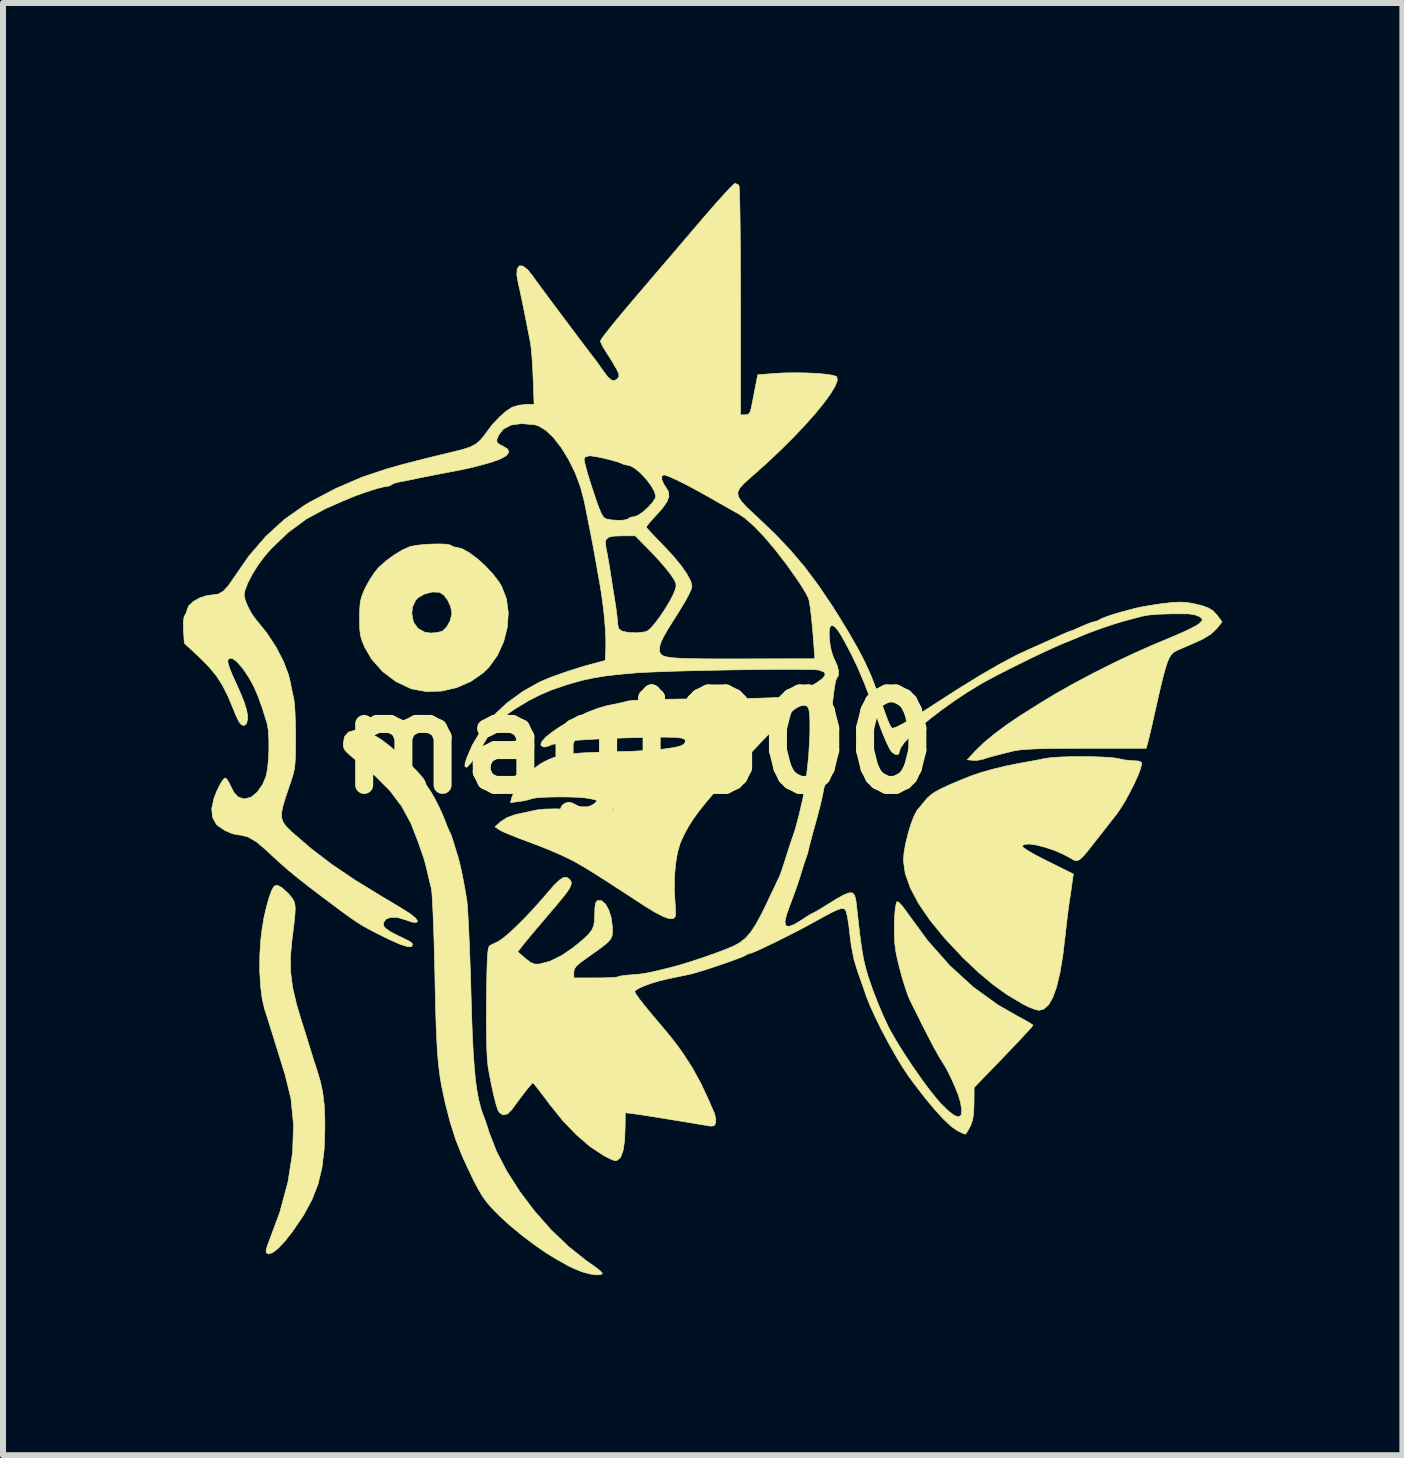
<source format=kicad_pcb>
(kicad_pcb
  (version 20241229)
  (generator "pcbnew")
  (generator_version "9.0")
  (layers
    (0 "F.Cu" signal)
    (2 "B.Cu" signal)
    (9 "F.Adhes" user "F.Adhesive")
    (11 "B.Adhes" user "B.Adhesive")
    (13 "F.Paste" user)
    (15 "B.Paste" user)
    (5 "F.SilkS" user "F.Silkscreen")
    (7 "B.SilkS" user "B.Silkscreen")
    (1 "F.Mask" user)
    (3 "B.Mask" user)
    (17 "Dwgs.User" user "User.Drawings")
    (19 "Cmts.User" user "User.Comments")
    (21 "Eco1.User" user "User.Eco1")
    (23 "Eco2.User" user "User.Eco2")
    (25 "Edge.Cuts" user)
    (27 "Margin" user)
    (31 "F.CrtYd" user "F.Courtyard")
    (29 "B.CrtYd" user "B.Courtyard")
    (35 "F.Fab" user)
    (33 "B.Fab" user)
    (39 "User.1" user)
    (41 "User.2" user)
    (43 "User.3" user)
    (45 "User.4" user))
  (footprint "magi800"
    (layer "F.Cu")
    (at 7.59 9.339)
    (property "Reference" "magi800" (at 0 0 0) (layer "F.SilkS") (effects (font (size 1.524 1.524) (thickness 0.3))))
    (attr through_hole)
    (fp_poly (pts (xy -5.938 2.405) (xy -5.838 2.498) (xy -5.812 2.527) (xy -5.773 2.574) (xy -5.745 2.619) (xy -5.728 2.671) (xy -5.721 2.741) (xy -5.725 2.838) (xy -5.738 2.973) (xy -5.76 3.154) (xy -5.777 3.286) (xy -5.801 3.556) (xy -5.797 3.812) (xy -5.763 4.072) (xy -5.697 4.354) (xy -5.627 4.588) (xy -5.585 4.719) (xy -5.536 4.876) (xy -5.493 5.016) (xy -5.448 5.163) (xy -5.4 5.315) (xy -5.361 5.435) (xy -5.302 5.63) (xy -5.262 5.82) (xy -5.238 6.023) (xy -5.228 6.259) (xy -5.227 6.413) (xy -5.239 6.764) (xy -5.276 7.07) (xy -5.342 7.344) (xy -5.443 7.602) (xy -5.582 7.859) (xy -5.765 8.128) (xy -5.77 8.135) (xy -5.897 8.297) (xy -6.008 8.414) (xy -6.1 8.484) (xy -6.169 8.504) (xy -6.205 8.481) (xy -6.205 8.436) (xy -6.183 8.359) (xy -6.171 8.33) (xy -5.976 7.805) (xy -5.841 7.301) (xy -5.765 6.818) (xy -5.749 6.355) (xy -5.792 5.914) (xy -5.896 5.494) (xy -5.907 5.461) (xy -5.926 5.401) (xy -5.959 5.294) (xy -6.002 5.157) (xy -6.049 5.003) (xy -6.05 5.001) (xy -6.102 4.832) (xy -6.154 4.666) (xy -6.2 4.521) (xy -6.23 4.429) (xy -6.271 4.255) (xy -6.299 4.036) (xy -6.313 3.786) (xy -6.311 3.521) (xy -6.294 3.259) (xy -6.274 3.095) (xy -6.241 2.899) (xy -6.199 2.717) (xy -6.155 2.56) (xy -6.11 2.441) (xy -6.069 2.373) (xy -6.068 2.373) (xy -6.016 2.362) (xy -5.938 2.405)) (stroke (width 0.01) (type solid)) (fill yes) (layer "F.SilkS"))
    (fp_poly (pts (xy -3.206 -3.321) (xy -3.142 -3.31) (xy -3.133 -3.304) (xy -3.075 -3.276) (xy -3.033 -3.27) (xy -2.94 -3.246) (xy -2.821 -3.179) (xy -2.688 -3.081) (xy -2.554 -2.96) (xy -2.429 -2.827) (xy -2.326 -2.692) (xy -2.282 -2.619) (xy -2.201 -2.41) (xy -2.171 -2.177) (xy -2.188 -1.934) (xy -2.249 -1.693) (xy -2.353 -1.467) (xy -2.496 -1.269) (xy -2.583 -1.183) (xy -2.793 -1.036) (xy -3.031 -0.932) (xy -3.284 -0.874) (xy -3.536 -0.866) (xy -3.774 -0.909) (xy -3.796 -0.916) (xy -4.045 -1.034) (xy -4.267 -1.202) (xy -4.45 -1.41) (xy -4.562 -1.603) (xy -4.605 -1.705) (xy -4.632 -1.794) (xy -4.645 -1.895) (xy -4.649 -2.029) (xy -4.649 -2.095) (xy -4.648 -2.168) (xy -3.778 -2.168) (xy -3.752 -2.025) (xy -3.677 -1.918) (xy -3.562 -1.855) (xy -3.461 -1.841) (xy -3.362 -1.849) (xy -3.281 -1.869) (xy -3.268 -1.874) (xy -3.198 -1.94) (xy -3.142 -2.041) (xy -3.113 -2.151) (xy -3.111 -2.175) (xy -3.131 -2.281) (xy -3.18 -2.389) (xy -3.246 -2.476) (xy -3.318 -2.521) (xy -3.318 -2.521) (xy -3.437 -2.525) (xy -3.565 -2.492) (xy -3.675 -2.43) (xy -3.713 -2.392) (xy -3.768 -2.272) (xy -3.778 -2.168) (xy -4.648 -2.168) (xy -4.646 -2.246) (xy -4.637 -2.355) (xy -4.615 -2.446) (xy -4.578 -2.54) (xy -4.548 -2.605) (xy -4.478 -2.731) (xy -4.397 -2.853) (xy -4.33 -2.934) (xy -4.214 -3.039) (xy -4.076 -3.14) (xy -3.938 -3.224) (xy -3.818 -3.278) (xy -3.794 -3.285) (xy -3.697 -3.303) (xy -3.572 -3.317) (xy -3.438 -3.324) (xy -3.31 -3.326) (xy -3.206 -3.321)) (stroke (width 0.01) (type solid)) (fill yes) (layer "F.SilkS"))
    (fp_poly (pts (xy 7.56 0.219) (xy 7.733 0.225) (xy 7.877 0.234) (xy 7.978 0.247) (xy 8.001 0.252) (xy 8.108 0.274) (xy 8.229 0.285) (xy 8.247 0.286) (xy 8.336 0.292) (xy 8.376 0.313) (xy 8.382 0.338) (xy 8.366 0.412) (xy 8.323 0.527) (xy 8.26 0.666) (xy 8.184 0.817) (xy 8.103 0.965) (xy 8.022 1.096) (xy 7.961 1.182) (xy 7.859 1.311) (xy 7.742 1.461) (xy 7.63 1.604) (xy 7.61 1.629) (xy 7.5 1.77) (xy 7.42 1.866) (xy 7.361 1.924) (xy 7.315 1.95) (xy 7.273 1.949) (xy 7.227 1.927) (xy 7.201 1.911) (xy 7.065 1.839) (xy 6.917 1.776) (xy 6.766 1.726) (xy 6.627 1.691) (xy 6.509 1.674) (xy 6.426 1.68) (xy 6.39 1.707) (xy 6.412 1.734) (xy 6.485 1.784) (xy 6.6 1.85) (xy 6.751 1.929) (xy 6.811 1.959) (xy 7.244 2.174) (xy 7.228 2.285) (xy 7.216 2.373) (xy 7.198 2.498) (xy 7.178 2.632) (xy 7.177 2.635) (xy 7.157 2.782) (xy 7.135 2.959) (xy 7.116 3.134) (xy 7.111 3.175) (xy 7.069 3.53) (xy 7.02 3.823) (xy 6.964 4.058) (xy 6.9 4.235) (xy 6.829 4.357) (xy 6.748 4.426) (xy 6.67 4.445) (xy 6.601 4.429) (xy 6.5 4.389) (xy 6.398 4.338) (xy 6.144 4.186) (xy 5.908 4.017) (xy 5.673 3.821) (xy 5.422 3.584) (xy 5.396 3.558) (xy 5.103 3.246) (xy 4.86 2.949) (xy 4.667 2.668) (xy 4.528 2.406) (xy 4.443 2.166) (xy 4.413 1.95) (xy 4.413 1.947) (xy 4.423 1.819) (xy 4.45 1.665) (xy 4.49 1.503) (xy 4.537 1.346) (xy 4.588 1.212) (xy 4.638 1.115) (xy 4.667 1.079) (xy 4.697 1.046) (xy 4.747 0.984) (xy 4.754 0.975) (xy 4.808 0.911) (xy 4.871 0.854) (xy 4.953 0.799) (xy 5.062 0.742) (xy 5.206 0.676) (xy 5.397 0.596) (xy 5.54 0.539) (xy 5.704 0.483) (xy 5.91 0.425) (xy 6.139 0.37) (xy 6.369 0.325) (xy 6.398 0.32) (xy 6.538 0.295) (xy 6.679 0.268) (xy 6.774 0.248) (xy 6.872 0.235) (xy 7.014 0.225) (xy 7.186 0.219) (xy 7.372 0.217) (xy 7.56 0.219)) (stroke (width 0.01) (type solid)) (fill yes) (layer "F.SilkS"))
    (fp_poly (pts (xy -4.594 -0.206) (xy -4.43 -0.146) (xy -4.353 -0.107) (xy -4.265 -0.049) (xy -4.154 0.036) (xy -4.031 0.14) (xy -3.905 0.254) (xy -3.785 0.368) (xy -3.681 0.474) (xy -3.603 0.562) (xy -3.561 0.624) (xy -3.556 0.641) (xy -3.537 0.693) (xy -3.513 0.728) (xy -3.462 0.802) (xy -3.397 0.915) (xy -3.328 1.05) (xy -3.265 1.187) (xy -3.225 1.286) (xy -3.188 1.382) (xy -3.157 1.454) (xy -3.145 1.476) (xy -3.123 1.524) (xy -3.095 1.608) (xy -3.082 1.651) (xy -3.05 1.757) (xy -3.021 1.85) (xy -3.013 1.873) (xy -2.988 1.964) (xy -2.956 2.102) (xy -2.922 2.269) (xy -2.889 2.448) (xy -2.861 2.619) (xy -2.853 2.7) (xy -2.844 2.836) (xy -2.834 3.019) (xy -2.824 3.241) (xy -2.814 3.493) (xy -2.804 3.767) (xy -2.795 4.054) (xy -2.793 4.128) (xy -2.782 4.527) (xy -2.769 4.869) (xy -2.754 5.161) (xy -2.736 5.408) (xy -2.716 5.617) (xy -2.691 5.794) (xy -2.662 5.945) (xy -2.627 6.078) (xy -2.587 6.197) (xy -2.57 6.239) (xy -2.547 6.304) (xy -2.514 6.404) (xy -2.491 6.477) (xy -2.367 6.797) (xy -2.193 7.131) (xy -1.978 7.467) (xy -1.731 7.794) (xy -1.459 8.102) (xy -1.171 8.378) (xy -0.877 8.613) (xy -0.799 8.667) (xy -0.704 8.734) (xy -0.635 8.79) (xy -0.604 8.825) (xy -0.603 8.828) (xy -0.631 8.85) (xy -0.703 8.853) (xy -0.804 8.839) (xy -0.917 8.809) (xy -0.953 8.797) (xy -1.058 8.755) (xy -1.15 8.713) (xy -1.175 8.7) (xy -1.256 8.654) (xy -1.354 8.6) (xy -1.372 8.589) (xy -1.544 8.485) (xy -1.74 8.348) (xy -1.946 8.192) (xy -2.142 8.03) (xy -2.311 7.876) (xy -2.33 7.857) (xy -2.444 7.741) (xy -2.531 7.64) (xy -2.605 7.537) (xy -2.676 7.416) (xy -2.758 7.259) (xy -2.785 7.204) (xy -2.931 6.89) (xy -3.047 6.599) (xy -3.141 6.303) (xy -3.218 6.001) (xy -3.252 5.849) (xy -3.281 5.708) (xy -3.305 5.572) (xy -3.324 5.431) (xy -3.34 5.277) (xy -3.354 5.104) (xy -3.364 4.904) (xy -3.374 4.668) (xy -3.382 4.388) (xy -3.39 4.057) (xy -3.394 3.842) (xy -3.401 3.554) (xy -3.408 3.283) (xy -3.417 3.035) (xy -3.425 2.819) (xy -3.434 2.641) (xy -3.442 2.508) (xy -3.45 2.429) (xy -3.453 2.413) (xy -3.478 2.316) (xy -3.507 2.193) (xy -3.522 2.127) (xy -3.548 2.018) (xy -3.573 1.926) (xy -3.586 1.889) (xy -3.609 1.824) (xy -3.643 1.725) (xy -3.668 1.651) (xy -3.793 1.328) (xy -3.949 1.043) (xy -4.144 0.784) (xy -4.388 0.539) (xy -4.585 0.373) (xy -4.72 0.267) (xy -4.813 0.191) (xy -4.872 0.135) (xy -4.904 0.093) (xy -4.917 0.054) (xy -4.921 0.009) (xy -4.921 -0.001) (xy -4.899 -0.117) (xy -4.833 -0.191) (xy -4.73 -0.221) (xy -4.594 -0.206)) (stroke (width 0.01) (type solid)) (fill yes) (layer "F.SilkS"))
    (fp_poly (pts (xy 1.659 -9.311) (xy 1.673 -9.295) (xy 1.678 -9.257) (xy 1.682 -9.161) (xy 1.686 -9.013) (xy 1.69 -8.818) (xy 1.693 -8.582) (xy 1.695 -8.312) (xy 1.697 -8.012) (xy 1.698 -7.688) (xy 1.699 -7.366) (xy 1.699 -5.477) (xy 1.777 -5.477) (xy 1.83 -5.487) (xy 1.861 -5.528) (xy 1.88 -5.604) (xy 1.9 -5.705) (xy 1.925 -5.836) (xy 1.945 -5.937) (xy 1.985 -6.144) (xy 2.27 -6.167) (xy 2.439 -6.176) (xy 2.62 -6.178) (xy 2.802 -6.175) (xy 2.973 -6.167) (xy 3.12 -6.154) (xy 3.232 -6.137) (xy 3.296 -6.117) (xy 3.303 -6.111) (xy 3.312 -6.052) (xy 3.276 -5.957) (xy 3.2 -5.83) (xy 3.088 -5.676) (xy 2.944 -5.499) (xy 2.771 -5.304) (xy 2.574 -5.097) (xy 2.357 -4.881) (xy 2.123 -4.661) (xy 1.877 -4.442) (xy 1.865 -4.432) (xy 1.756 -4.334) (xy 1.685 -4.255) (xy 1.653 -4.185) (xy 1.663 -4.113) (xy 1.715 -4.031) (xy 1.812 -3.928) (xy 1.954 -3.794) (xy 1.977 -3.774) (xy 2.271 -3.494) (xy 2.53 -3.221) (xy 2.769 -2.939) (xy 2.997 -2.634) (xy 3.229 -2.29) (xy 3.332 -2.127) (xy 3.512 -1.831) (xy 3.658 -1.574) (xy 3.775 -1.348) (xy 3.868 -1.143) (xy 3.919 -1.013) (xy 3.964 -0.892) (xy 4.003 -0.788) (xy 4.029 -0.721) (xy 4.032 -0.714) (xy 4.06 -0.641) (xy 4.094 -0.548) (xy 4.097 -0.54) (xy 4.15 -0.394) (xy 4.19 -0.303) (xy 4.219 -0.26) (xy 4.232 -0.254) (xy 4.29 -0.272) (xy 4.396 -0.326) (xy 4.545 -0.412) (xy 4.733 -0.528) (xy 4.921 -0.65) (xy 5.333 -0.915) (xy 5.699 -1.14) (xy 6.021 -1.326) (xy 6.301 -1.474) (xy 6.527 -1.579) (xy 6.636 -1.627) (xy 6.774 -1.689) (xy 6.915 -1.753) (xy 6.932 -1.76) (xy 7.045 -1.812) (xy 7.135 -1.851) (xy 7.187 -1.872) (xy 7.194 -1.873) (xy 7.23 -1.885) (xy 7.306 -1.917) (xy 7.385 -1.953) (xy 7.485 -1.995) (xy 7.565 -2.024) (xy 7.6 -2.032) (xy 7.654 -2.047) (xy 7.663 -2.054) (xy 7.71 -2.08) (xy 7.8 -2.116) (xy 7.916 -2.155) (xy 8.033 -2.189) (xy 8.141 -2.218) (xy 8.259 -2.249) (xy 8.271 -2.253) (xy 8.358 -2.272) (xy 8.487 -2.295) (xy 8.637 -2.319) (xy 8.716 -2.33) (xy 8.888 -2.35) (xy 9.019 -2.357) (xy 9.132 -2.35) (xy 9.224 -2.336) (xy 9.382 -2.3) (xy 9.493 -2.26) (xy 9.572 -2.211) (xy 9.637 -2.142) (xy 9.647 -2.128) (xy 9.722 -2.026) (xy 9.628 -1.91) (xy 9.534 -1.822) (xy 9.397 -1.739) (xy 9.284 -1.687) (xy 9.159 -1.633) (xy 9.048 -1.585) (xy 8.972 -1.551) (xy 8.959 -1.545) (xy 8.917 -1.521) (xy 8.881 -1.488) (xy 8.847 -1.437) (xy 8.814 -1.363) (xy 8.78 -1.259) (xy 8.741 -1.118) (xy 8.696 -0.934) (xy 8.642 -0.699) (xy 8.592 -0.476) (xy 8.558 -0.322) (xy 8.525 -0.182) (xy 8.499 -0.073) (xy 8.484 -0.016) (xy 8.457 0.079) (xy 7.443 0.079) (xy 7.119 0.08) (xy 6.852 0.083) (xy 6.639 0.088) (xy 6.474 0.096) (xy 6.352 0.106) (xy 6.267 0.119) (xy 6.255 0.122) (xy 6.059 0.17) (xy 5.914 0.208) (xy 5.808 0.238) (xy 5.742 0.26) (xy 5.644 0.28) (xy 5.568 0.28) (xy 5.477 0.27) (xy 5.617 0.118) (xy 5.75 -0.011) (xy 5.926 -0.157) (xy 6.13 -0.309) (xy 6.348 -0.457) (xy 6.407 -0.494) (xy 6.517 -0.563) (xy 6.615 -0.625) (xy 6.68 -0.666) (xy 6.681 -0.667) (xy 6.94 -0.824) (xy 7.243 -0.995) (xy 7.575 -1.171) (xy 7.92 -1.345) (xy 8.263 -1.507) (xy 8.588 -1.651) (xy 8.752 -1.719) (xy 8.924 -1.791) (xy 9.081 -1.86) (xy 9.21 -1.922) (xy 9.301 -1.97) (xy 9.334 -1.992) (xy 9.386 -2.043) (xy 9.393 -2.073) (xy 9.359 -2.106) (xy 9.352 -2.111) (xy 9.283 -2.141) (xy 9.183 -2.159) (xy 9.146 -2.161) (xy 8.886 -2.162) (xy 8.668 -2.155) (xy 8.498 -2.141) (xy 8.398 -2.123) (xy 8.214 -2.075) (xy 8.075 -2.037) (xy 7.964 -2.004) (xy 7.89 -1.981) (xy 7.696 -1.915) (xy 7.524 -1.852) (xy 7.393 -1.8) (xy 7.382 -1.795) (xy 7.305 -1.762) (xy 7.192 -1.716) (xy 7.069 -1.666) (xy 7.064 -1.664) (xy 6.935 -1.608) (xy 6.765 -1.53) (xy 6.567 -1.436) (xy 6.357 -1.333) (xy 6.148 -1.229) (xy 5.956 -1.13) (xy 5.794 -1.044) (xy 5.699 -0.991) (xy 5.473 -0.853) (xy 5.251 -0.705) (xy 5.039 -0.553) (xy 4.844 -0.403) (xy 4.672 -0.26) (xy 4.531 -0.128) (xy 4.426 -0.015) (xy 4.364 0.076) (xy 4.35 0.124) (xy 4.331 0.179) (xy 4.283 0.185) (xy 4.22 0.141) (xy 4.213 0.134) (xy 4.177 0.076) (xy 4.127 -0.027) (xy 4.071 -0.16) (xy 4.015 -0.307) (xy 3.968 -0.445) (xy 3.873 -0.718) (xy 3.764 -1) (xy 3.651 -1.267) (xy 3.551 -1.476) (xy 3.453 -1.664) (xy 3.377 -1.8) (xy 3.317 -1.892) (xy 3.269 -1.945) (xy 3.229 -1.967) (xy 3.216 -1.968) (xy 3.189 -1.94) (xy 3.176 -1.867) (xy 3.178 -1.763) (xy 3.191 -1.645) (xy 3.215 -1.529) (xy 3.249 -1.431) (xy 3.267 -1.395) (xy 3.311 -1.298) (xy 3.332 -1.202) (xy 3.327 -1.127) (xy 3.307 -1.098) (xy 3.288 -1.057) (xy 3.268 -0.962) (xy 3.248 -0.824) (xy 3.229 -0.652) (xy 3.212 -0.455) (xy 3.199 -0.245) (xy 3.192 -0.111) (xy 3.184 0.069) (xy 3.17 0.232) (xy 3.15 0.393) (xy 3.121 0.572) (xy 3.081 0.784) (xy 3.049 0.937) (xy 3.029 1.024) (xy 2.996 1.151) (xy 2.957 1.296) (xy 2.938 1.365) (xy 2.899 1.504) (xy 2.866 1.627) (xy 2.843 1.718) (xy 2.837 1.746) (xy 2.814 1.836) (xy 2.796 1.889) (xy 2.775 1.949) (xy 2.742 2.05) (xy 2.705 2.172) (xy 2.699 2.191) (xy 2.651 2.34) (xy 2.59 2.513) (xy 2.529 2.675) (xy 2.522 2.693) (xy 2.463 2.858) (xy 2.439 2.971) (xy 2.453 3.034) (xy 2.504 3.048) (xy 2.594 3.014) (xy 2.722 2.937) (xy 2.81 2.879) (xy 2.876 2.839) (xy 2.904 2.826) (xy 2.936 2.81) (xy 3.009 2.768) (xy 3.107 2.708) (xy 3.135 2.69) (xy 3.302 2.587) (xy 3.424 2.519) (xy 3.509 2.487) (xy 3.565 2.489) (xy 3.599 2.528) (xy 3.619 2.601) (xy 3.63 2.688) (xy 3.66 2.956) (xy 3.685 3.171) (xy 3.708 3.343) (xy 3.729 3.482) (xy 3.75 3.598) (xy 3.774 3.701) (xy 3.801 3.801) (xy 3.83 3.898) (xy 3.899 4.097) (xy 3.983 4.315) (xy 4.073 4.529) (xy 4.159 4.713) (xy 4.183 4.761) (xy 4.287 4.943) (xy 4.415 5.15) (xy 4.558 5.367) (xy 4.706 5.579) (xy 4.848 5.772) (xy 4.976 5.93) (xy 5.031 5.993) (xy 5.163 6.123) (xy 5.264 6.199) (xy 5.335 6.221) (xy 5.375 6.188) (xy 5.384 6.1) (xy 5.364 5.979) (xy 5.329 5.861) (xy 5.27 5.713) (xy 5.2 5.557) (xy 5.128 5.416) (xy 5.079 5.334) (xy 5.01 5.223) (xy 4.921 5.064) (xy 4.819 4.869) (xy 4.707 4.649) (xy 4.701 4.636) (xy 4.637 4.507) (xy 4.58 4.393) (xy 4.538 4.309) (xy 4.526 4.286) (xy 4.487 4.194) (xy 4.44 4.057) (xy 4.39 3.894) (xy 4.344 3.722) (xy 4.305 3.559) (xy 4.283 3.448) (xy 4.269 3.329) (xy 4.262 3.185) (xy 4.261 3.032) (xy 4.266 2.885) (xy 4.276 2.76) (xy 4.291 2.67) (xy 4.306 2.634) (xy 4.336 2.645) (xy 4.389 2.701) (xy 4.457 2.792) (xy 4.472 2.814) (xy 4.819 3.287) (xy 5.186 3.701) (xy 5.574 4.056) (xy 5.986 4.354) (xy 6.31 4.54) (xy 6.424 4.601) (xy 6.513 4.652) (xy 6.564 4.686) (xy 6.571 4.695) (xy 6.55 4.723) (xy 6.491 4.789) (xy 6.4 4.887) (xy 6.284 5.011) (xy 6.148 5.153) (xy 6.081 5.223) (xy 5.591 5.731) (xy 5.589 5.994) (xy 5.583 6.155) (xy 5.565 6.273) (xy 5.531 6.368) (xy 5.524 6.383) (xy 5.482 6.459) (xy 5.451 6.504) (xy 5.443 6.509) (xy 5.407 6.496) (xy 5.337 6.463) (xy 5.309 6.449) (xy 5.21 6.38) (xy 5.084 6.261) (xy 4.934 6.098) (xy 4.766 5.895) (xy 4.584 5.658) (xy 4.493 5.533) (xy 4.392 5.382) (xy 4.28 5.195) (xy 4.162 4.986) (xy 4.047 4.768) (xy 3.943 4.556) (xy 3.855 4.363) (xy 3.792 4.205) (xy 3.777 4.159) (xy 3.755 4.094) (xy 3.718 3.988) (xy 3.673 3.86) (xy 3.654 3.81) (xy 3.589 3.598) (xy 3.544 3.367) (xy 3.52 3.175) (xy 3.502 3.02) (xy 3.481 2.891) (xy 3.459 2.801) (xy 3.444 2.766) (xy 3.417 2.75) (xy 3.377 2.749) (xy 3.315 2.769) (xy 3.223 2.811) (xy 3.093 2.88) (xy 2.921 2.975) (xy 2.786 3.048) (xy 2.631 3.13) (xy 2.466 3.214) (xy 2.303 3.296) (xy 2.151 3.369) (xy 2.022 3.43) (xy 1.926 3.473) (xy 1.873 3.492) (xy 1.868 3.493) (xy 1.806 3.512) (xy 1.792 3.523) (xy 1.752 3.544) (xy 1.664 3.579) (xy 1.542 3.624) (xy 1.399 3.674) (xy 1.248 3.725) (xy 1.101 3.773) (xy 0.973 3.812) (xy 0.876 3.839) (xy 0.857 3.843) (xy 0.771 3.862) (xy 0.648 3.887) (xy 0.513 3.915) (xy 0.499 3.918) (xy 0.347 3.954) (xy 0.202 3.998) (xy 0.078 4.044) (xy -0.014 4.088) (xy -0.06 4.124) (xy -0.064 4.134) (xy -0.043 4.176) (xy 0.015 4.259) (xy 0.106 4.374) (xy 0.224 4.517) (xy 0.243 4.54) (xy 0.385 4.708) (xy 0.496 4.84) (xy 0.583 4.949) (xy 0.657 5.046) (xy 0.726 5.143) (xy 0.759 5.191) (xy 0.904 5.417) (xy 1.04 5.667) (xy 1.175 5.956) (xy 1.267 6.171) (xy 1.287 6.257) (xy 1.284 6.325) (xy 1.257 6.368) (xy 1.203 6.375) (xy 1.164 6.369) (xy 1.076 6.354) (xy 0.957 6.334) (xy 0.873 6.32) (xy 0.752 6.3) (xy 0.597 6.275) (xy 0.434 6.248) (xy 0.381 6.24) (xy 0.229 6.215) (xy 0.081 6.192) (xy -0.037 6.175) (xy -0.071 6.17) (xy -0.222 6.151) (xy -0.224 6.385) (xy -0.233 6.614) (xy -0.258 6.782) (xy -0.299 6.892) (xy -0.357 6.945) (xy -0.397 6.95) (xy -0.441 6.934) (xy -0.519 6.897) (xy -0.583 6.863) (xy -0.804 6.718) (xy -1.033 6.521) (xy -1.263 6.282) (xy -1.479 6.014) (xy -1.576 5.884) (xy -1.659 5.775) (xy -1.722 5.696) (xy -1.757 5.655) (xy -1.762 5.652) (xy -1.786 5.675) (xy -1.839 5.737) (xy -1.909 5.826) (xy -1.987 5.929) (xy -2.064 6.032) (xy -2.111 6.099) (xy -2.185 6.172) (xy -2.258 6.188) (xy -2.32 6.148) (xy -2.345 6.104) (xy -2.377 6.003) (xy -2.415 5.855) (xy -2.454 5.675) (xy -2.491 5.48) (xy -2.508 5.382) (xy -2.52 5.267) (xy -2.529 5.094) (xy -2.534 4.868) (xy -2.536 4.595) (xy -2.534 4.279) (xy -2.534 4.274) (xy -2.531 4.008) (xy -2.527 3.799) (xy -2.522 3.64) (xy -2.516 3.525) (xy -2.508 3.446) (xy -2.498 3.397) (xy -2.485 3.372) (xy -2.477 3.365) (xy -2.414 3.334) (xy -2.34 3.299) (xy -2.266 3.25) (xy -2.16 3.162) (xy -2.031 3.041) (xy -1.889 2.899) (xy -1.741 2.742) (xy -1.598 2.581) (xy -1.529 2.5) (xy -1.411 2.364) (xy -1.32 2.276) (xy -1.251 2.232) (xy -1.197 2.229) (xy -1.149 2.263) (xy -1.142 2.271) (xy -1.123 2.303) (xy -1.122 2.342) (xy -1.141 2.394) (xy -1.186 2.466) (xy -1.262 2.564) (xy -1.371 2.697) (xy -1.508 2.857) (xy -1.629 3) (xy -1.743 3.134) (xy -1.838 3.248) (xy -1.907 3.332) (xy -1.931 3.362) (xy -2.014 3.469) (xy -1.888 3.579) (xy -1.802 3.646) (xy -1.734 3.674) (xy -1.657 3.675) (xy -1.65 3.674) (xy -1.474 3.626) (xy -1.28 3.531) (xy -1.082 3.395) (xy -1.058 3.375) (xy -0.924 3.264) (xy -0.833 3.178) (xy -0.776 3.104) (xy -0.746 3.029) (xy -0.734 2.94) (xy -0.731 2.849) (xy -0.727 2.724) (xy -0.713 2.651) (xy -0.687 2.617) (xy -0.682 2.615) (xy -0.615 2.619) (xy -0.551 2.676) (xy -0.496 2.775) (xy -0.456 2.905) (xy -0.436 3.056) (xy -0.436 3.076) (xy -0.435 3.149) (xy -0.442 3.206) (xy -0.465 3.256) (xy -0.51 3.309) (xy -0.585 3.372) (xy -0.697 3.455) (xy -0.849 3.562) (xy -0.963 3.644) (xy -1.032 3.704) (xy -1.068 3.754) (xy -1.079 3.803) (xy -1.079 3.814) (xy -1.079 3.905) (xy -0.72 3.905) (xy -0.575 3.904) (xy -0.454 3.899) (xy -0.371 3.893) (xy -0.34 3.885) (xy -0.3 3.873) (xy -0.216 3.861) (xy -0.12 3.853) (xy -0.022 3.846) (xy 0.07 3.835) (xy 0.17 3.817) (xy 0.295 3.79) (xy 0.458 3.75) (xy 0.556 3.726) (xy 0.707 3.684) (xy 0.891 3.627) (xy 1.09 3.561) (xy 1.283 3.493) (xy 1.453 3.429) (xy 1.575 3.378) (xy 1.685 3.319) (xy 1.781 3.243) (xy 1.87 3.142) (xy 1.959 3.005) (xy 2.056 2.825) (xy 2.131 2.672) (xy 2.201 2.522) (xy 2.264 2.391) (xy 2.312 2.289) (xy 2.341 2.23) (xy 2.345 2.223) (xy 2.364 2.172) (xy 2.397 2.078) (xy 2.437 1.955) (xy 2.458 1.889) (xy 2.5 1.756) (xy 2.538 1.641) (xy 2.565 1.561) (xy 2.573 1.54) (xy 2.601 1.457) (xy 2.619 1.397) (xy 2.642 1.31) (xy 2.67 1.209) (xy 2.67 1.206) (xy 2.739 0.91) (xy 2.794 0.574) (xy 2.833 0.22) (xy 2.853 -0.129) (xy 2.855 -0.228) (xy 2.854 -0.397) (xy 2.848 -0.513) (xy 2.833 -0.585) (xy 2.808 -0.622) (xy 2.769 -0.635) (xy 2.757 -0.635) (xy 2.707 -0.629) (xy 2.655 -0.609) (xy 2.592 -0.568) (xy 2.513 -0.502) (xy 2.409 -0.403) (xy 2.275 -0.267) (xy 2.158 -0.146) (xy 1.876 0.15) (xy 1.635 0.406) (xy 1.431 0.626) (xy 1.261 0.817) (xy 1.12 0.983) (xy 1.005 1.128) (xy 0.911 1.257) (xy 0.835 1.377) (xy 0.772 1.49) (xy 0.719 1.603) (xy 0.688 1.677) (xy 0.647 1.821) (xy 0.616 2.008) (xy 0.598 2.218) (xy 0.595 2.43) (xy 0.604 2.593) (xy 0.613 2.716) (xy 0.617 2.816) (xy 0.614 2.875) (xy 0.612 2.88) (xy 0.577 2.917) (xy 0.51 2.917) (xy 0.408 2.881) (xy 0.266 2.807) (xy 0.081 2.693) (xy 0.048 2.671) (xy -0.211 2.502) (xy -0.424 2.364) (xy -0.597 2.252) (xy -0.737 2.163) (xy -0.852 2.092) (xy -0.946 2.036) (xy -1.028 1.989) (xy -1.104 1.948) (xy -1.181 1.909) (xy -1.19 1.905) (xy -1.324 1.842) (xy -1.495 1.769) (xy -1.681 1.695) (xy -1.839 1.635) (xy -1.994 1.578) (xy -2.133 1.522) (xy -2.243 1.476) (xy -2.309 1.443) (xy -2.313 1.44) (xy -2.393 1.388) (xy -2.296 1.301) (xy -2.191 1.234) (xy -2.055 1.184) (xy -2.028 1.178) (xy -1.892 1.149) (xy -1.75 1.118) (xy -1.698 1.107) (xy -1.568 1.092) (xy -1.38 1.088) (xy -1.139 1.097) (xy -0.851 1.117) (xy -0.705 1.13) (xy -0.55 1.136) (xy -0.454 1.123) (xy -0.418 1.095) (xy -0.443 1.054) (xy -0.53 1.005) (xy -0.662 0.956) (xy -0.77 0.926) (xy -0.881 0.906) (xy -1.012 0.895) (xy -1.179 0.89) (xy -1.297 0.889) (xy -1.458 0.891) (xy -1.599 0.896) (xy -1.707 0.905) (xy -1.767 0.914) (xy -1.772 0.916) (xy -1.835 0.937) (xy -1.931 0.957) (xy -1.98 0.964) (xy -2.134 0.984) (xy -2.113 0.9) (xy -2.052 0.758) (xy -1.945 0.608) (xy -1.805 0.465) (xy -1.645 0.345) (xy -1.587 0.311) (xy -1.486 0.261) (xy -1.381 0.222) (xy -1.261 0.193) (xy -1.118 0.171) (xy -0.939 0.156) (xy -0.717 0.146) (xy -0.476 0.139) (xy -0.117 0.129) (xy 0.181 0.113) (xy 0.418 0.092) (xy 0.596 0.066) (xy 0.715 0.035) (xy 0.778 -0.003) (xy 0.785 -0.046) (xy 0.765 -0.073) (xy 0.717 -0.091) (xy 0.614 -0.103) (xy 0.453 -0.107) (xy 0.34 -0.107) (xy 0.087 -0.102) (xy -0.167 -0.096) (xy -0.412 -0.088) (xy -0.642 -0.078) (xy -0.847 -0.067) (xy -1.018 -0.056) (xy -1.147 -0.045) (xy -1.226 -0.034) (xy -1.244 -0.029) (xy -1.322 -0.004) (xy -1.364 0) (xy -1.446 0.017) (xy -1.488 0.037) (xy -1.559 0.058) (xy -1.6 0.053) (xy -1.63 0.019) (xy -1.61 -0.035) (xy -1.547 -0.105) (xy -1.448 -0.185) (xy -1.322 -0.272) (xy -1.175 -0.36) (xy -1.016 -0.444) (xy -0.853 -0.52) (xy -0.692 -0.582) (xy -0.542 -0.627) (xy -0.481 -0.64) (xy -0.355 -0.665) (xy -0.234 -0.693) (xy -0.181 -0.707) (xy -0.113 -0.717) (xy 0.014 -0.725) (xy 0.197 -0.733) (xy 0.433 -0.738) (xy 0.717 -0.742) (xy 1.047 -0.745) (xy 1.137 -0.745) (xy 1.473 -0.747) (xy 1.769 -0.751) (xy 2.019 -0.756) (xy 2.22 -0.763) (xy 2.367 -0.771) (xy 2.456 -0.78) (xy 2.47 -0.783) (xy 2.572 -0.817) (xy 2.699 -0.869) (xy 2.804 -0.92) (xy 2.966 -1.011) (xy 3.068 -1.086) (xy 3.11 -1.145) (xy 3.094 -1.189) (xy 3.02 -1.22) (xy 2.994 -1.226) (xy 2.931 -1.231) (xy 2.812 -1.234) (xy 2.646 -1.236) (xy 2.441 -1.236) (xy 2.204 -1.235) (xy 1.944 -1.232) (xy 1.67 -1.229) (xy 1.388 -1.224) (xy 1.107 -1.218) (xy 0.836 -1.212) (xy 0.581 -1.205) (xy 0.352 -1.197) (xy 0.157 -1.189) (xy 0.002 -1.181) (xy -0.064 -1.176) (xy -0.332 -1.152) (xy -0.554 -1.126) (xy -0.747 -1.094) (xy -0.926 -1.056) (xy -1.11 -1.006) (xy -1.238 -0.966) (xy -1.453 -0.892) (xy -1.646 -0.81) (xy -1.839 -0.71) (xy -2.053 -0.581) (xy -2.106 -0.546) (xy -2.249 -0.444) (xy -2.358 -0.335) (xy -2.46 -0.194) (xy -2.463 -0.19) (xy -2.528 -0.087) (xy -2.577 -0.007) (xy -2.602 0.038) (xy -2.603 0.042) (xy -2.621 0.084) (xy -2.666 0.155) (xy -2.726 0.238) (xy -2.789 0.317) (xy -2.841 0.376) (xy -2.869 0.397) (xy -2.893 0.381) (xy -2.891 0.328) (xy -2.86 0.234) (xy -2.8 0.093) (xy -2.765 0.016) (xy -2.622 -0.223) (xy -2.428 -0.457) (xy -2.193 -0.675) (xy -1.928 -0.868) (xy -1.645 -1.027) (xy -1.46 -1.105) (xy -1.182 -1.203) (xy -0.912 -1.288) (xy -0.762 -1.329) (xy -0.556 -1.384) (xy -0.546 -1.589) (xy -0.546 -1.741) (xy -0.556 -1.936) (xy -0.575 -2.156) (xy -0.602 -2.381) (xy -0.634 -2.594) (xy -0.638 -2.619) (xy -0.663 -2.759) (xy -0.689 -2.906) (xy -0.701 -2.977) (xy -0.752 -3.258) (xy -0.764 -3.322) (xy -0.552 -3.322) (xy -0.541 -3.253) (xy -0.521 -3.155) (xy -0.498 -3.024) (xy -0.478 -2.905) (xy -0.457 -2.766) (xy -0.43 -2.596) (xy -0.403 -2.427) (xy -0.397 -2.389) (xy -0.375 -2.248) (xy -0.359 -2.119) (xy -0.35 -2.025) (xy -0.349 -1.999) (xy -0.333 -1.917) (xy -0.278 -1.874) (xy -0.171 -1.85) (xy -0.037 -1.845) (xy 0.09 -1.858) (xy 0.141 -1.873) (xy 0.195 -1.914) (xy 0.268 -1.997) (xy 0.353 -2.11) (xy 0.439 -2.238) (xy 0.518 -2.368) (xy 0.579 -2.486) (xy 0.603 -2.543) (xy 0.624 -2.611) (xy 0.623 -2.664) (xy 0.596 -2.725) (xy 0.538 -2.813) (xy 0.468 -2.904) (xy 0.369 -3.02) (xy 0.256 -3.144) (xy 0.188 -3.215) (xy -0.054 -3.461) (xy -0.277 -3.461) (xy -0.418 -3.456) (xy -0.505 -3.436) (xy -0.546 -3.393) (xy -0.552 -3.322) (xy -0.764 -3.322) (xy -0.814 -3.581) (xy -0.82 -3.608) (xy 0.127 -3.608) (xy 0.148 -3.579) (xy 0.206 -3.515) (xy 0.292 -3.424) (xy 0.397 -3.316) (xy 0.414 -3.299) (xy 0.575 -3.127) (xy 0.709 -2.964) (xy 0.809 -2.82) (xy 0.871 -2.701) (xy 0.889 -2.625) (xy 0.876 -2.567) (xy 0.834 -2.475) (xy 0.762 -2.345) (xy 0.656 -2.172) (xy 0.596 -2.077) (xy 0.492 -1.911) (xy 0.421 -1.788) (xy 0.376 -1.696) (xy 0.354 -1.626) (xy 0.349 -1.577) (xy 0.351 -1.538) (xy 0.36 -1.506) (xy 0.38 -1.48) (xy 0.418 -1.458) (xy 0.479 -1.442) (xy 0.567 -1.429) (xy 0.689 -1.421) (xy 0.848 -1.415) (xy 1.051 -1.412) (xy 1.303 -1.41) (xy 1.609 -1.41) (xy 1.905 -1.411) (xy 2.937 -1.413) (xy 2.93 -1.508) (xy 2.907 -1.819) (xy 2.884 -2.067) (xy 2.863 -2.252) (xy 2.843 -2.375) (xy 2.83 -2.422) (xy 2.794 -2.493) (xy 2.735 -2.594) (xy 2.664 -2.704) (xy 2.661 -2.708) (xy 2.469 -2.981) (xy 2.278 -3.228) (xy 2.095 -3.444) (xy 1.925 -3.621) (xy 1.774 -3.755) (xy 1.664 -3.829) (xy 1.587 -3.871) (xy 1.472 -3.936) (xy 1.333 -4.015) (xy 1.191 -4.096) (xy 0.983 -4.212) (xy 0.797 -4.312) (xy 0.638 -4.391) (xy 0.516 -4.447) (xy 0.438 -4.474) (xy 0.421 -4.477) (xy 0.387 -4.454) (xy 0.388 -4.396) (xy 0.421 -4.319) (xy 0.445 -4.286) (xy 0.496 -4.201) (xy 0.506 -4.118) (xy 0.472 -4.026) (xy 0.392 -3.914) (xy 0.318 -3.831) (xy 0.232 -3.738) (xy 0.167 -3.662) (xy 0.131 -3.616) (xy 0.127 -3.608) (xy -0.82 -3.608) (xy -0.882 -3.922) (xy -0.908 -4.048) (xy -0.971 -4.285) (xy -1.059 -4.517) (xy -1.167 -4.735) (xy -1.177 -4.751) (xy -0.907 -4.751) (xy -0.904 -4.708) (xy -0.882 -4.615) (xy -0.846 -4.486) (xy -0.798 -4.331) (xy -0.767 -4.236) (xy -0.706 -4.053) (xy -0.659 -3.923) (xy -0.621 -3.835) (xy -0.59 -3.781) (xy -0.56 -3.753) (xy -0.536 -3.742) (xy -0.442 -3.725) (xy -0.337 -3.719) (xy -0.244 -3.723) (xy -0.184 -3.738) (xy -0.175 -3.747) (xy -0.131 -3.771) (xy -0.077 -3.778) (xy -0.011 -3.801) (xy 0.074 -3.859) (xy 0.162 -3.938) (xy 0.236 -4.021) (xy 0.28 -4.093) (xy 0.286 -4.119) (xy 0.263 -4.202) (xy 0.204 -4.305) (xy 0.12 -4.414) (xy 0.025 -4.514) (xy -0.07 -4.592) (xy -0.151 -4.633) (xy -0.172 -4.636) (xy -0.243 -4.65) (xy -0.278 -4.666) (xy -0.345 -4.691) (xy -0.451 -4.722) (xy -0.576 -4.753) (xy -0.698 -4.778) (xy -0.793 -4.793) (xy -0.821 -4.794) (xy -0.883 -4.777) (xy -0.907 -4.751) (xy -1.177 -4.751) (xy -1.288 -4.931) (xy -1.416 -5.096) (xy -1.547 -5.221) (xy -1.674 -5.296) (xy -1.731 -5.312) (xy -1.952 -5.331) (xy -2.126 -5.307) (xy -2.254 -5.239) (xy -2.329 -5.143) (xy -2.363 -5.061) (xy -2.356 -5.011) (xy -2.299 -4.973) (xy -2.255 -4.953) (xy -2.179 -4.905) (xy -2.163 -4.851) (xy -2.207 -4.795) (xy -2.307 -4.739) (xy -2.461 -4.685) (xy -2.611 -4.643) (xy -2.736 -4.61) (xy -2.857 -4.582) (xy -2.993 -4.554) (xy -3.164 -4.521) (xy -3.239 -4.507) (xy -3.398 -4.476) (xy -3.546 -4.447) (xy -3.667 -4.423) (xy -3.731 -4.409) (xy -3.849 -4.384) (xy -3.968 -4.362) (xy -3.977 -4.361) (xy -4.059 -4.341) (xy -4.11 -4.319) (xy -4.114 -4.314) (xy -4.157 -4.291) (xy -4.192 -4.286) (xy -4.25 -4.276) (xy -4.349 -4.251) (xy -4.469 -4.214) (xy -4.499 -4.204) (xy -4.605 -4.168) (xy -4.697 -4.135) (xy -4.789 -4.099) (xy -4.896 -4.054) (xy -5.032 -3.995) (xy -5.211 -3.916) (xy -5.223 -3.911) (xy -5.535 -3.742) (xy -5.836 -3.52) (xy -6.114 -3.255) (xy -6.233 -3.119) (xy -6.341 -2.974) (xy -6.436 -2.821) (xy -6.512 -2.675) (xy -6.559 -2.55) (xy -6.572 -2.475) (xy -6.555 -2.392) (xy -6.51 -2.282) (xy -6.449 -2.168) (xy -6.383 -2.074) (xy -6.374 -2.064) (xy -6.196 -1.844) (xy -6.04 -1.606) (xy -5.916 -1.367) (xy -5.831 -1.141) (xy -5.809 -1.051) (xy -5.783 -0.922) (xy -5.756 -0.794) (xy -5.744 -0.74) (xy -5.734 -0.662) (xy -5.725 -0.535) (xy -5.719 -0.374) (xy -5.715 -0.194) (xy -5.715 -0.099) (xy -5.716 0.096) (xy -5.719 0.241) (xy -5.726 0.352) (xy -5.739 0.444) (xy -5.761 0.532) (xy -5.792 0.63) (xy -5.812 0.689) (xy -5.88 0.889) (xy -5.926 1.041) (xy -5.948 1.155) (xy -5.946 1.243) (xy -5.92 1.316) (xy -5.869 1.385) (xy -5.793 1.46) (xy -5.774 1.477) (xy -5.457 1.75) (xy -5.114 2.012) (xy -4.733 2.27) (xy -4.302 2.534) (xy -4.288 2.543) (xy -4.139 2.631) (xy -4 2.715) (xy -3.884 2.786) (xy -3.806 2.836) (xy -3.802 2.839) (xy -3.714 2.91) (xy -3.683 2.959) (xy -3.705 2.982) (xy -3.778 2.974) (xy -3.884 2.937) (xy -4.017 2.898) (xy -4.129 2.895) (xy -4.21 2.925) (xy -4.249 2.986) (xy -4.249 3.037) (xy -4.216 3.079) (xy -4.139 3.133) (xy -4.048 3.182) (xy -3.92 3.243) (xy -3.838 3.284) (xy -3.793 3.311) (xy -3.772 3.331) (xy -3.766 3.349) (xy -3.766 3.35) (xy -3.785 3.385) (xy -3.855 3.383) (xy -3.977 3.343) (xy -4.149 3.267) (xy -4.2 3.242) (xy -4.363 3.161) (xy -4.491 3.095) (xy -4.597 3.036) (xy -4.696 2.973) (xy -4.805 2.899) (xy -4.936 2.804) (xy -5.077 2.699) (xy -5.314 2.521) (xy -5.51 2.372) (xy -5.674 2.243) (xy -5.817 2.126) (xy -5.948 2.012) (xy -6.077 1.895) (xy -6.198 1.781) (xy -6.361 1.642) (xy -6.503 1.558) (xy -6.63 1.525) (xy -6.651 1.524) (xy -6.766 1.503) (xy -6.893 1.448) (xy -7.005 1.373) (xy -7.036 1.343) (xy -7.099 1.229) (xy -7.112 1.081) (xy -7.072 0.902) (xy -7.018 0.77) (xy -6.967 0.671) (xy -6.921 0.6) (xy -6.89 0.572) (xy -6.889 0.572) (xy -6.857 0.598) (xy -6.817 0.665) (xy -6.806 0.691) (xy -6.741 0.818) (xy -6.67 0.891) (xy -6.584 0.92) (xy -6.558 0.921) (xy -6.453 0.891) (xy -6.352 0.808) (xy -6.265 0.683) (xy -6.211 0.558) (xy -6.186 0.445) (xy -6.169 0.291) (xy -6.16 0.117) (xy -6.16 -0.058) (xy -6.168 -0.212) (xy -6.187 -0.325) (xy -6.188 -0.331) (xy -6.267 -0.583) (xy -6.339 -0.785) (xy -6.411 -0.951) (xy -6.489 -1.094) (xy -6.578 -1.227) (xy -6.6 -1.257) (xy -6.693 -1.364) (xy -6.768 -1.418) (xy -6.822 -1.417) (xy -6.845 -1.386) (xy -6.84 -1.337) (xy -6.812 -1.248) (xy -6.765 -1.133) (xy -6.738 -1.074) (xy -6.642 -0.862) (xy -6.574 -0.696) (xy -6.533 -0.567) (xy -6.515 -0.467) (xy -6.515 -0.406) (xy -6.533 -0.33) (xy -6.572 -0.302) (xy -6.585 -0.302) (xy -6.622 -0.317) (xy -6.662 -0.371) (xy -6.71 -0.471) (xy -6.744 -0.556) (xy -6.84 -0.784) (xy -6.932 -0.969) (xy -7.033 -1.126) (xy -7.153 -1.273) (xy -7.305 -1.427) (xy -7.361 -1.479) (xy -7.569 -1.672) (xy -7.582 -1.886) (xy -7.585 -2.02) (xy -7.574 -2.108) (xy -7.56 -2.136) (xy -7.528 -2.198) (xy -7.525 -2.223) (xy -7.496 -2.295) (xy -7.421 -2.365) (xy -7.315 -2.426) (xy -7.195 -2.466) (xy -7.102 -2.477) (xy -7.003 -2.491) (xy -6.917 -2.54) (xy -6.832 -2.633) (xy -6.761 -2.737) (xy -6.494 -3.123) (xy -6.209 -3.453) (xy -5.901 -3.734) (xy -5.563 -3.972) (xy -5.477 -4.023) (xy -5.043 -4.251) (xy -4.605 -4.439) (xy -4.199 -4.575) (xy -4.095 -4.604) (xy -3.983 -4.636) (xy -3.977 -4.638) (xy -3.879 -4.664) (xy -3.738 -4.7) (xy -3.572 -4.743) (xy -3.398 -4.786) (xy -3.235 -4.825) (xy -3.111 -4.855) (xy -2.934 -4.899) (xy -2.804 -4.942) (xy -2.709 -4.992) (xy -2.633 -5.057) (xy -2.563 -5.145) (xy -2.542 -5.175) (xy -2.438 -5.312) (xy -2.32 -5.438) (xy -2.204 -5.54) (xy -2.105 -5.604) (xy -2.1 -5.606) (xy -1.992 -5.637) (xy -1.876 -5.651) (xy -1.867 -5.652) (xy -1.741 -5.652) (xy -1.757 -6.088) (xy -1.765 -6.264) (xy -1.776 -6.433) (xy -1.788 -6.575) (xy -1.801 -6.675) (xy -1.803 -6.683) (xy -1.822 -6.782) (xy -1.85 -6.922) (xy -1.881 -7.081) (xy -1.903 -7.191) (xy -1.934 -7.346) (xy -1.964 -7.489) (xy -1.989 -7.602) (xy -2.002 -7.655) (xy -2.029 -7.807) (xy -2.023 -7.909) (xy -1.987 -7.96) (xy -1.927 -7.956) (xy -1.848 -7.895) (xy -1.766 -7.792) (xy -1.728 -7.738) (xy -1.658 -7.643) (xy -1.564 -7.516) (xy -1.453 -7.366) (xy -1.331 -7.202) (xy -1.204 -7.033) (xy -1.081 -6.869) (xy -0.968 -6.718) (xy -0.872 -6.591) (xy -0.799 -6.495) (xy -0.76 -6.445) (xy -0.705 -6.373) (xy -0.635 -6.275) (xy -0.594 -6.216) (xy -0.513 -6.109) (xy -0.449 -6.054) (xy -0.396 -6.049) (xy -0.353 -6.078) (xy -0.328 -6.114) (xy -0.329 -6.156) (xy -0.36 -6.226) (xy -0.38 -6.262) (xy -0.447 -6.377) (xy -0.524 -6.498) (xy -0.545 -6.53) (xy -0.597 -6.616) (xy -0.63 -6.686) (xy -0.635 -6.71) (xy -0.615 -6.745) (xy -0.559 -6.821) (xy -0.471 -6.933) (xy -0.357 -7.073) (xy -0.221 -7.236) (xy -0.07 -7.415) (xy -0.024 -7.469) (xy 0.165 -7.69) (xy 0.37 -7.93) (xy 0.581 -8.176) (xy 0.783 -8.413) (xy 0.965 -8.626) (xy 1.078 -8.759) (xy 1.218 -8.92) (xy 1.345 -9.064) (xy 1.454 -9.184) (xy 1.538 -9.273) (xy 1.592 -9.324) (xy 1.608 -9.335) (xy 1.659 -9.311)) (stroke (width 0.01) (type solid)) (fill yes) (layer "F.SilkS")))
  (gr_rect
    (start -3 -3)
    (end 20.317 21.197)
    (stroke (width 0.1) (type default))
    (fill no)
    (layer "Edge.Cuts")))
</source>
